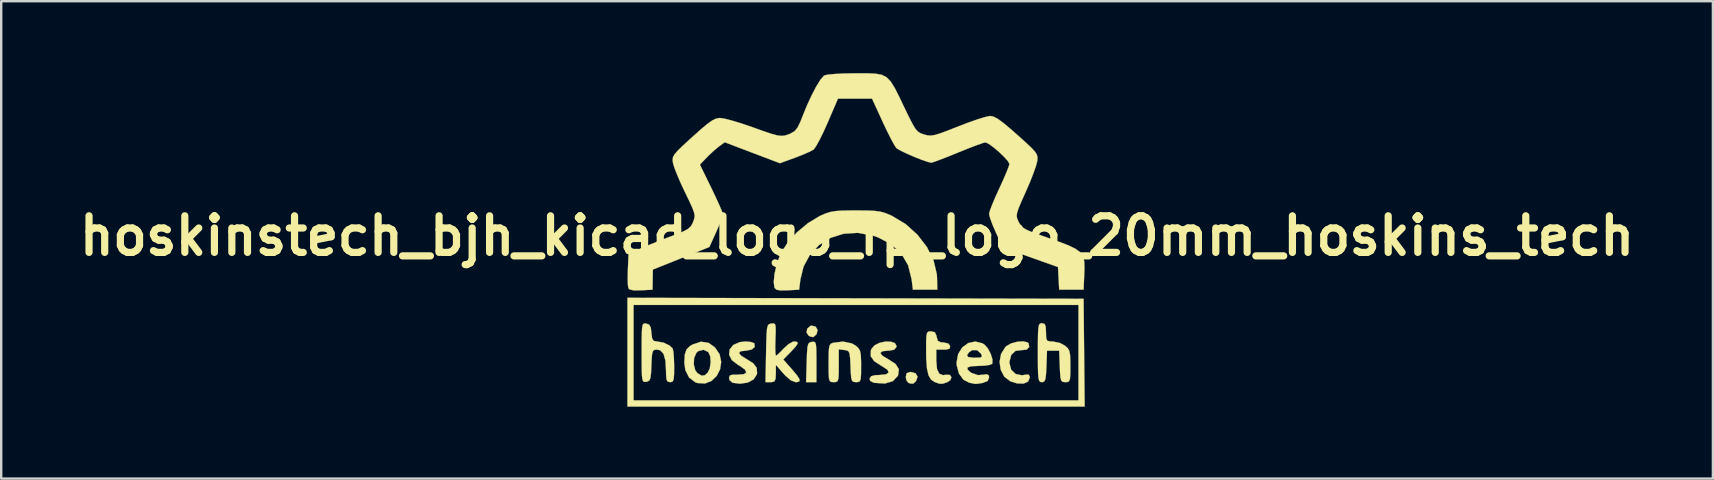
<source format=kicad_pcb>
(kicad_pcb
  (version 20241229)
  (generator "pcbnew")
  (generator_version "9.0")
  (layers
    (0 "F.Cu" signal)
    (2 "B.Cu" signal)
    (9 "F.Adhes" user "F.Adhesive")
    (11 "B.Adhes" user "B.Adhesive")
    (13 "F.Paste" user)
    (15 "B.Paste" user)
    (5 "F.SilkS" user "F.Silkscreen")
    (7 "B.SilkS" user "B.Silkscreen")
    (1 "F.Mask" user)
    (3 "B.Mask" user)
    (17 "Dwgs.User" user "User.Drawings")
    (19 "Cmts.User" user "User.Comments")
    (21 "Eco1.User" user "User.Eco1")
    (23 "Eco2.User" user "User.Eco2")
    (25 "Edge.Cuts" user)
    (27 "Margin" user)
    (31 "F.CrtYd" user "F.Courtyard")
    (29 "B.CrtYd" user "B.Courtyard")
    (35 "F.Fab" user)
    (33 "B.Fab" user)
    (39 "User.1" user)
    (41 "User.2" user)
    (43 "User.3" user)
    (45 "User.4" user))
  (footprint "hoskinstech_bjh_kicad_logo_fp_logo_20mm_hoskins_tech"
    (layer "F.Cu")
    (at 32.664 6.778)
    (property "Reference" "hoskinstech_bjh_kicad_logo_fp_logo_20mm_hoskins_tech" (at 0 0 0) (layer "F.SilkS") (effects (font (size 1.524 1.524) (thickness 0.3))))
    (attr through_hole)
    (fp_poly (pts (xy -1.725 3.783) (xy -1.644 3.92) (xy -1.683 4.091) (xy -1.702 4.117) (xy -1.825 4.221) (xy -1.96 4.193) (xy -2.019 4.158) (xy -2.105 4.026) (xy -2.074 3.868) (xy -1.947 3.756) (xy -1.894 3.742) (xy -1.725 3.783)) (stroke (width 0.01) (type solid)) (fill yes) (layer "F.SilkS"))
    (fp_poly (pts (xy 2.443 5.73) (xy 2.523 5.871) (xy 2.46 6.048) (xy 2.454 6.055) (xy 2.34 6.159) (xy 2.21 6.151) (xy 2.138 6.125) (xy 2.056 6.016) (xy 2.032 5.877) (xy 2.068 5.722) (xy 2.209 5.673) (xy 2.246 5.673) (xy 2.443 5.73)) (stroke (width 0.01) (type solid)) (fill yes) (layer "F.SilkS"))
    (fp_poly (pts (xy -0.064 2.603) (xy 9.44 2.623) (xy 9.463 4.868) (xy 9.485 7.112) (xy -9.567 7.112) (xy -9.567 2.879) (xy -9.313 2.879) (xy -9.313 6.858) (xy 9.229 6.858) (xy 9.229 2.879) (xy -9.313 2.879) (xy -9.567 2.879) (xy -9.567 2.582) (xy -0.064 2.603)) (stroke (width 0.01) (type solid)) (fill yes) (layer "F.SilkS"))
    (fp_poly (pts (xy -1.742 4.446) (xy -1.711 4.548) (xy -1.697 4.747) (xy -1.693 5.075) (xy -1.693 5.243) (xy -1.693 6.096) (xy -2.123 6.096) (xy -2.099 5.271) (xy -2.085 4.891) (xy -2.066 4.648) (xy -2.034 4.51) (xy -1.98 4.445) (xy -1.896 4.42) (xy -1.884 4.418) (xy -1.798 4.413) (xy -1.742 4.446)) (stroke (width 0.01) (type solid)) (fill yes) (layer "F.SilkS"))
    (fp_poly (pts (xy 7.107 4.44) (xy 7.15 4.48) (xy 7.175 4.635) (xy 7.068 4.741) (xy 6.868 4.761) (xy 6.606 4.792) (xy 6.427 4.961) (xy 6.351 5.245) (xy 6.35 5.296) (xy 6.42 5.574) (xy 6.606 5.756) (xy 6.87 5.811) (xy 6.976 5.794) (xy 7.138 5.775) (xy 7.193 5.851) (xy 7.197 5.908) (xy 7.127 6.073) (xy 6.94 6.156) (xy 6.671 6.149) (xy 6.386 6.061) (xy 6.137 5.869) (xy 5.987 5.583) (xy 5.94 5.251) (xy 6.002 4.92) (xy 6.178 4.637) (xy 6.225 4.593) (xy 6.424 4.481) (xy 6.678 4.413) (xy 6.926 4.397) (xy 7.107 4.44)) (stroke (width 0.01) (type solid)) (fill yes) (layer "F.SilkS"))
    (fp_poly (pts (xy -6.19 4.458) (xy -5.92 4.65) (xy -5.726 4.938) (xy -5.661 5.251) (xy -5.707 5.561) (xy -5.846 5.835) (xy -6.061 6.042) (xy -6.333 6.152) (xy -6.647 6.134) (xy -6.743 6.1) (xy -6.999 5.905) (xy -7.156 5.593) (xy -7.187 5.357) (xy -6.804 5.357) (xy -6.742 5.6) (xy -6.647 5.725) (xy -6.473 5.827) (xy -6.343 5.807) (xy -6.229 5.709) (xy -6.137 5.527) (xy -6.1 5.271) (xy -6.119 5.016) (xy -6.198 4.843) (xy -6.396 4.747) (xy -6.606 4.798) (xy -6.695 4.876) (xy -6.789 5.09) (xy -6.804 5.357) (xy -7.187 5.357) (xy -7.197 5.28) (xy -7.178 4.949) (xy -7.107 4.736) (xy -6.962 4.591) (xy -6.852 4.527) (xy -6.501 4.412) (xy -6.19 4.458)) (stroke (width 0.01) (type solid)) (fill yes) (layer "F.SilkS"))
    (fp_poly (pts (xy -4.424 4.423) (xy -4.287 4.474) (xy -4.276 4.487) (xy -4.263 4.628) (xy -4.386 4.736) (xy -4.612 4.783) (xy -4.636 4.784) (xy -4.857 4.811) (xy -4.918 4.886) (xy -4.821 5.002) (xy -4.623 5.123) (xy -4.329 5.308) (xy -4.183 5.496) (xy -4.165 5.716) (xy -4.178 5.778) (xy -4.31 5.982) (xy -4.558 6.115) (xy -4.88 6.162) (xy -5.186 6.122) (xy -5.311 6.017) (xy -5.334 5.926) (xy -5.306 5.826) (xy -5.194 5.784) (xy -4.974 5.784) (xy -4.717 5.766) (xy -4.616 5.692) (xy -4.671 5.572) (xy -4.882 5.42) (xy -4.953 5.382) (xy -5.217 5.181) (xy -5.331 4.954) (xy -5.307 4.731) (xy -5.155 4.545) (xy -4.883 4.428) (xy -4.643 4.403) (xy -4.424 4.423)) (stroke (width 0.01) (type solid)) (fill yes) (layer "F.SilkS"))
    (fp_poly (pts (xy 3.245 4.019) (xy 3.312 4.169) (xy 3.318 4.21) (xy 3.366 4.376) (xy 3.497 4.437) (xy 3.597 4.442) (xy 3.807 4.488) (xy 3.878 4.593) (xy 3.864 4.694) (xy 3.744 4.736) (xy 3.605 4.741) (xy 3.302 4.741) (xy 3.302 5.197) (xy 3.331 5.544) (xy 3.424 5.744) (xy 3.588 5.806) (xy 3.697 5.789) (xy 3.866 5.796) (xy 3.934 5.889) (xy 3.89 6.013) (xy 3.761 6.099) (xy 3.569 6.162) (xy 3.429 6.161) (xy 3.238 6.093) (xy 3.237 6.093) (xy 3.084 5.991) (xy 2.979 5.811) (xy 2.914 5.529) (xy 2.884 5.12) (xy 2.879 4.778) (xy 2.88 4.407) (xy 2.891 4.173) (xy 2.918 4.046) (xy 2.97 3.991) (xy 3.056 3.979) (xy 3.085 3.979) (xy 3.245 4.019)) (stroke (width 0.01) (type solid)) (fill yes) (layer "F.SilkS"))
    (fp_poly (pts (xy 1.403 4.409) (xy 1.573 4.466) (xy 1.645 4.582) (xy 1.639 4.635) (xy 1.55 4.744) (xy 1.339 4.783) (xy 1.295 4.784) (xy 1.054 4.809) (xy 0.973 4.882) (xy 1.053 4.993) (xy 1.292 5.137) (xy 1.304 5.143) (xy 1.607 5.34) (xy 1.743 5.557) (xy 1.715 5.798) (xy 1.693 5.843) (xy 1.486 6.058) (xy 1.163 6.153) (xy 0.727 6.126) (xy 0.694 6.12) (xy 0.542 6.04) (xy 0.526 5.941) (xy 0.592 5.847) (xy 0.767 5.805) (xy 0.925 5.8) (xy 1.201 5.773) (xy 1.317 5.698) (xy 1.269 5.584) (xy 1.055 5.439) (xy 1.024 5.423) (xy 0.717 5.225) (xy 0.571 5.017) (xy 0.575 4.784) (xy 0.605 4.705) (xy 0.735 4.558) (xy 0.94 4.458) (xy 1.177 4.407) (xy 1.403 4.409)) (stroke (width 0.01) (type solid)) (fill yes) (layer "F.SilkS"))
    (fp_poly (pts (xy -0.216 4.483) (xy -0.054 4.578) (xy 0.059 4.679) (xy 0.125 4.794) (xy 0.158 4.968) (xy 0.169 5.244) (xy 0.169 5.425) (xy 0.167 5.759) (xy 0.153 5.958) (xy 0.115 6.058) (xy 0.045 6.092) (xy -0.039 6.096) (xy -0.144 6.087) (xy -0.208 6.037) (xy -0.243 5.91) (xy -0.262 5.673) (xy -0.272 5.44) (xy -0.287 5.11) (xy -0.31 4.913) (xy -0.355 4.812) (xy -0.437 4.771) (xy -0.529 4.757) (xy -0.762 4.73) (xy -0.762 5.413) (xy -0.764 5.751) (xy -0.778 5.953) (xy -0.814 6.056) (xy -0.883 6.092) (xy -0.974 6.096) (xy -1.072 6.09) (xy -1.134 6.052) (xy -1.168 5.949) (xy -1.182 5.75) (xy -1.185 5.422) (xy -1.185 5.302) (xy -1.183 4.93) (xy -1.17 4.693) (xy -1.14 4.558) (xy -1.084 4.491) (xy -0.996 4.456) (xy -0.995 4.456) (xy -0.578 4.406) (xy -0.216 4.483)) (stroke (width 0.01) (type solid)) (fill yes) (layer "F.SilkS"))
    (fp_poly (pts (xy -3.417 3.684) (xy -3.392 3.794) (xy -3.39 4.013) (xy -3.401 4.311) (xy -3.408 4.628) (xy -3.403 4.866) (xy -3.386 4.988) (xy -3.379 4.996) (xy -3.298 4.938) (xy -3.148 4.793) (xy -3.06 4.699) (xy -2.864 4.521) (xy -2.683 4.416) (xy -2.623 4.403) (xy -2.494 4.421) (xy -2.474 4.489) (xy -2.569 4.628) (xy -2.764 4.838) (xy -3.072 5.154) (xy -2.721 5.552) (xy -2.502 5.813) (xy -2.397 5.977) (xy -2.401 6.064) (xy -2.508 6.095) (xy -2.561 6.097) (xy -2.75 6.026) (xy -2.987 5.825) (xy -3.067 5.737) (xy -3.382 5.376) (xy -3.384 5.736) (xy -3.396 5.963) (xy -3.445 6.067) (xy -3.56 6.095) (xy -3.601 6.096) (xy -3.815 6.096) (xy -3.791 4.889) (xy -3.781 4.416) (xy -3.769 4.085) (xy -3.751 3.871) (xy -3.721 3.747) (xy -3.675 3.685) (xy -3.609 3.661) (xy -3.571 3.655) (xy -3.473 3.648) (xy -3.417 3.684)) (stroke (width 0.01) (type solid)) (fill yes) (layer "F.SilkS"))
    (fp_poly (pts (xy 7.81 3.666) (xy 7.861 3.769) (xy 7.874 3.994) (xy 7.874 4.022) (xy 7.881 4.256) (xy 7.923 4.367) (xy 8.037 4.4) (xy 8.159 4.403) (xy 8.443 4.46) (xy 8.667 4.578) (xy 8.779 4.679) (xy 8.846 4.794) (xy 8.879 4.968) (xy 8.889 5.244) (xy 8.89 5.425) (xy 8.888 5.759) (xy 8.873 5.958) (xy 8.836 6.058) (xy 8.766 6.092) (xy 8.682 6.096) (xy 8.577 6.087) (xy 8.513 6.037) (xy 8.478 5.91) (xy 8.459 5.673) (xy 8.449 5.44) (xy 8.424 4.784) (xy 7.916 4.784) (xy 7.892 5.44) (xy 7.875 5.772) (xy 7.849 5.969) (xy 7.803 6.065) (xy 7.729 6.095) (xy 7.701 6.096) (xy 7.636 6.087) (xy 7.591 6.042) (xy 7.562 5.936) (xy 7.545 5.743) (xy 7.537 5.438) (xy 7.535 4.995) (xy 7.535 4.868) (xy 7.537 4.39) (xy 7.542 4.055) (xy 7.557 3.838) (xy 7.582 3.714) (xy 7.624 3.657) (xy 7.684 3.641) (xy 7.705 3.641) (xy 7.81 3.666)) (stroke (width 0.01) (type solid)) (fill yes) (layer "F.SilkS"))
    (fp_poly (pts (xy 0.405 -1.055) (xy 0.727 -1.041) (xy 0.968 -1.009) (xy 1.173 -0.952) (xy 1.387 -0.864) (xy 1.458 -0.831) (xy 2.025 -0.491) (xy 2.517 -0.048) (xy 2.912 0.466) (xy 3.188 1.022) (xy 3.324 1.592) (xy 3.334 1.756) (xy 3.344 2.244) (xy 2.328 2.244) (xy 2.276 1.819) (xy 2.13 1.23) (xy 1.846 0.74) (xy 1.426 0.351) (xy 0.87 0.062) (xy 0.653 -0.012) (xy 0.034 -0.125) (xy -0.558 -0.088) (xy -1.102 0.083) (xy -1.576 0.378) (xy -1.959 0.782) (xy -2.23 1.283) (xy -2.361 1.819) (xy -2.413 2.244) (xy -2.901 2.269) (xy -3.193 2.274) (xy -3.358 2.244) (xy -3.435 2.172) (xy -3.441 2.158) (xy -3.471 1.922) (xy -3.438 1.587) (xy -3.352 1.207) (xy -3.223 0.834) (xy -3.179 0.736) (xy -2.902 0.295) (xy -2.509 -0.142) (xy -2.047 -0.529) (xy -1.564 -0.821) (xy -1.545 -0.83) (xy -1.32 -0.929) (xy -1.117 -0.994) (xy -0.891 -1.033) (xy -0.599 -1.052) (xy -0.195 -1.058) (xy -0.042 -1.058) (xy 0.405 -1.055)) (stroke (width 0.01) (type solid)) (fill yes) (layer "F.SilkS"))
    (fp_poly (pts (xy 5.225 4.479) (xy 5.309 4.53) (xy 5.449 4.686) (xy 5.569 4.912) (xy 5.641 5.144) (xy 5.64 5.315) (xy 5.631 5.332) (xy 5.524 5.379) (xy 5.301 5.41) (xy 5.075 5.419) (xy 4.759 5.434) (xy 4.604 5.484) (xy 4.604 5.573) (xy 4.754 5.706) (xy 4.761 5.71) (xy 5.038 5.804) (xy 5.226 5.79) (xy 5.416 5.769) (xy 5.492 5.819) (xy 5.503 5.907) (xy 5.445 6.046) (xy 5.25 6.125) (xy 5.239 6.128) (xy 5.039 6.161) (xy 4.923 6.169) (xy 4.921 6.169) (xy 4.804 6.145) (xy 4.68 6.121) (xy 4.431 5.993) (xy 4.248 5.739) (xy 4.155 5.399) (xy 4.149 5.274) (xy 4.204 4.974) (xy 4.581 4.974) (xy 4.633 5.05) (xy 4.839 5.079) (xy 4.914 5.08) (xy 5.127 5.072) (xy 5.205 5.035) (xy 5.182 4.943) (xy 5.165 4.911) (xy 5.008 4.766) (xy 4.807 4.76) (xy 4.674 4.843) (xy 4.581 4.974) (xy 4.204 4.974) (xy 4.214 4.923) (xy 4.387 4.647) (xy 4.636 4.467) (xy 4.926 4.404) (xy 5.225 4.479)) (stroke (width 0.01) (type solid)) (fill yes) (layer "F.SilkS"))
    (fp_poly (pts (xy -8.784 3.656) (xy -8.659 3.703) (xy -8.595 3.828) (xy -8.568 4.043) (xy -8.54 4.27) (xy -8.48 4.375) (xy -8.357 4.402) (xy -8.329 4.403) (xy -8.06 4.451) (xy -7.81 4.572) (xy -7.685 4.691) (xy -7.655 4.815) (xy -7.633 5.061) (xy -7.622 5.378) (xy -7.621 5.44) (xy -7.624 5.771) (xy -7.641 5.967) (xy -7.68 6.064) (xy -7.751 6.094) (xy -7.789 6.096) (xy -7.888 6.076) (xy -7.939 5.987) (xy -7.957 5.791) (xy -7.959 5.636) (xy -7.984 5.201) (xy -8.064 4.916) (xy -8.203 4.769) (xy -8.334 4.741) (xy -8.44 4.75) (xy -8.504 4.799) (xy -8.54 4.924) (xy -8.559 5.16) (xy -8.569 5.397) (xy -8.585 5.729) (xy -8.611 5.928) (xy -8.658 6.03) (xy -8.736 6.072) (xy -8.784 6.081) (xy -8.858 6.087) (xy -8.91 6.064) (xy -8.943 5.987) (xy -8.963 5.831) (xy -8.972 5.571) (xy -8.975 5.182) (xy -8.975 4.868) (xy -8.974 4.388) (xy -8.969 4.052) (xy -8.957 3.835) (xy -8.932 3.712) (xy -8.892 3.659) (xy -8.832 3.65) (xy -8.784 3.656)) (stroke (width 0.01) (type solid)) (fill yes) (layer "F.SilkS"))
    (fp_poly (pts (xy 0.42 -6.773) (xy 0.771 -6.758) (xy 1.033 -6.71) (xy 1.235 -6.606) (xy 1.406 -6.429) (xy 1.574 -6.157) (xy 1.769 -5.771) (xy 1.961 -5.368) (xy 2.164 -4.948) (xy 2.315 -4.656) (xy 2.432 -4.464) (xy 2.535 -4.346) (xy 2.644 -4.277) (xy 2.777 -4.228) (xy 2.794 -4.223) (xy 2.936 -4.187) (xy 3.073 -4.177) (xy 3.236 -4.202) (xy 3.458 -4.268) (xy 3.771 -4.383) (xy 4.207 -4.555) (xy 4.218 -4.559) (xy 4.637 -4.72) (xy 5.02 -4.854) (xy 5.329 -4.949) (xy 5.528 -4.993) (xy 5.555 -4.995) (xy 5.691 -4.967) (xy 5.867 -4.874) (xy 6.106 -4.699) (xy 6.429 -4.429) (xy 6.675 -4.212) (xy 7.022 -3.899) (xy 7.262 -3.674) (xy 7.412 -3.511) (xy 7.492 -3.388) (xy 7.519 -3.278) (xy 7.514 -3.157) (xy 7.509 -3.116) (xy 7.458 -2.917) (xy 7.35 -2.608) (xy 7.202 -2.231) (xy 7.031 -1.837) (xy 6.851 -1.436) (xy 6.733 -1.156) (xy 6.67 -0.965) (xy 6.652 -0.829) (xy 6.674 -0.717) (xy 6.726 -0.596) (xy 6.732 -0.584) (xy 6.805 -0.455) (xy 6.903 -0.352) (xy 7.057 -0.257) (xy 7.299 -0.153) (xy 7.661 -0.021) (xy 7.816 0.034) (xy 8.377 0.231) (xy 8.797 0.392) (xy 9.097 0.535) (xy 9.295 0.68) (xy 9.412 0.847) (xy 9.466 1.053) (xy 9.477 1.319) (xy 9.466 1.653) (xy 9.44 2.244) (xy 8.424 2.244) (xy 8.399 1.772) (xy 8.374 1.301) (xy 7.224 0.891) (xy 6.073 0.481) (xy 5.788 -0.135) (xy 5.653 -0.447) (xy 5.553 -0.716) (xy 5.505 -0.893) (xy 5.503 -0.913) (xy 5.538 -1.052) (xy 5.633 -1.305) (xy 5.773 -1.635) (xy 5.927 -1.973) (xy 6.094 -2.338) (xy 6.23 -2.654) (xy 6.32 -2.886) (xy 6.35 -2.995) (xy 6.288 -3.112) (xy 6.13 -3.291) (xy 5.916 -3.496) (xy 5.688 -3.689) (xy 5.487 -3.834) (xy 5.353 -3.895) (xy 5.349 -3.895) (xy 5.231 -3.864) (xy 4.99 -3.779) (xy 4.66 -3.653) (xy 4.274 -3.498) (xy 4.208 -3.471) (xy 3.819 -3.313) (xy 3.483 -3.182) (xy 3.234 -3.09) (xy 3.103 -3.049) (xy 3.094 -3.048) (xy 2.943 -3.083) (xy 2.689 -3.171) (xy 2.384 -3.292) (xy 2.077 -3.425) (xy 1.818 -3.55) (xy 1.657 -3.644) (xy 1.639 -3.659) (xy 1.555 -3.783) (xy 1.422 -4.027) (xy 1.256 -4.356) (xy 1.076 -4.735) (xy 1.069 -4.751) (xy 0.626 -5.715) (xy -0.796 -5.715) (xy -1.228 -4.71) (xy -1.403 -4.321) (xy -1.57 -3.984) (xy -1.71 -3.732) (xy -1.806 -3.599) (xy -1.812 -3.594) (xy -1.964 -3.512) (xy -2.223 -3.397) (xy -2.539 -3.273) (xy -2.59 -3.254) (xy -3.214 -3.027) (xy -4.363 -3.463) (xy -5.512 -3.9) (xy -5.741 -3.735) (xy -5.942 -3.571) (xy -6.177 -3.352) (xy -6.258 -3.27) (xy -6.548 -2.968) (xy -6.068 -1.986) (xy -5.887 -1.607) (xy -5.738 -1.279) (xy -5.633 -1.032) (xy -5.589 -0.901) (xy -5.588 -0.893) (xy -5.621 -0.769) (xy -5.709 -0.536) (xy -5.835 -0.239) (xy -5.871 -0.159) (xy -6.154 0.466) (xy -7.332 0.935) (xy -8.509 1.405) (xy -8.523 2.244) (xy -9.004 2.269) (xy -9.309 2.271) (xy -9.477 2.234) (xy -9.53 2.176) (xy -9.549 2.038) (xy -9.557 1.783) (xy -9.551 1.464) (xy -9.55 1.434) (xy -9.525 0.809) (xy -9.186 0.618) (xy -8.969 0.512) (xy -8.64 0.368) (xy -8.246 0.208) (xy -7.9 0.076) (xy -7.494 -0.078) (xy -7.219 -0.194) (xy -7.042 -0.291) (xy -6.934 -0.388) (xy -6.864 -0.503) (xy -6.832 -0.578) (xy -6.784 -0.71) (xy -6.767 -0.83) (xy -6.79 -0.97) (xy -6.861 -1.164) (xy -6.989 -1.446) (xy -7.168 -1.816) (xy -7.351 -2.207) (xy -7.508 -2.572) (xy -7.621 -2.869) (xy -7.672 -3.048) (xy -7.685 -3.171) (xy -7.669 -3.28) (xy -7.604 -3.398) (xy -7.472 -3.55) (xy -7.255 -3.761) (xy -6.934 -4.056) (xy -6.855 -4.128) (xy -6.494 -4.45) (xy -6.228 -4.672) (xy -6.03 -4.811) (xy -5.877 -4.884) (xy -5.741 -4.91) (xy -5.704 -4.911) (xy -5.516 -4.882) (xy -5.211 -4.804) (xy -4.829 -4.688) (xy -4.41 -4.546) (xy -4.365 -4.53) (xy -3.902 -4.364) (xy -3.567 -4.251) (xy -3.326 -4.186) (xy -3.149 -4.165) (xy -3.003 -4.18) (xy -2.856 -4.228) (xy -2.77 -4.264) (xy -2.605 -4.36) (xy -2.477 -4.514) (xy -2.354 -4.768) (xy -2.295 -4.92) (xy -2.103 -5.397) (xy -1.9 -5.839) (xy -1.703 -6.219) (xy -1.526 -6.505) (xy -1.386 -6.668) (xy -1.361 -6.685) (xy -1.218 -6.718) (xy -0.942 -6.745) (xy -0.571 -6.764) (xy -0.141 -6.773) (xy -0.048 -6.773) (xy 0.42 -6.773)) (stroke (width 0.01) (type solid)) (fill yes) (layer "F.SilkS")))
  (gr_rect
    (start -3 -3)
    (end 68.329 16.895)
    (stroke (width 0.1) (type default))
    (fill no)
    (layer "Edge.Cuts")))
</source>
